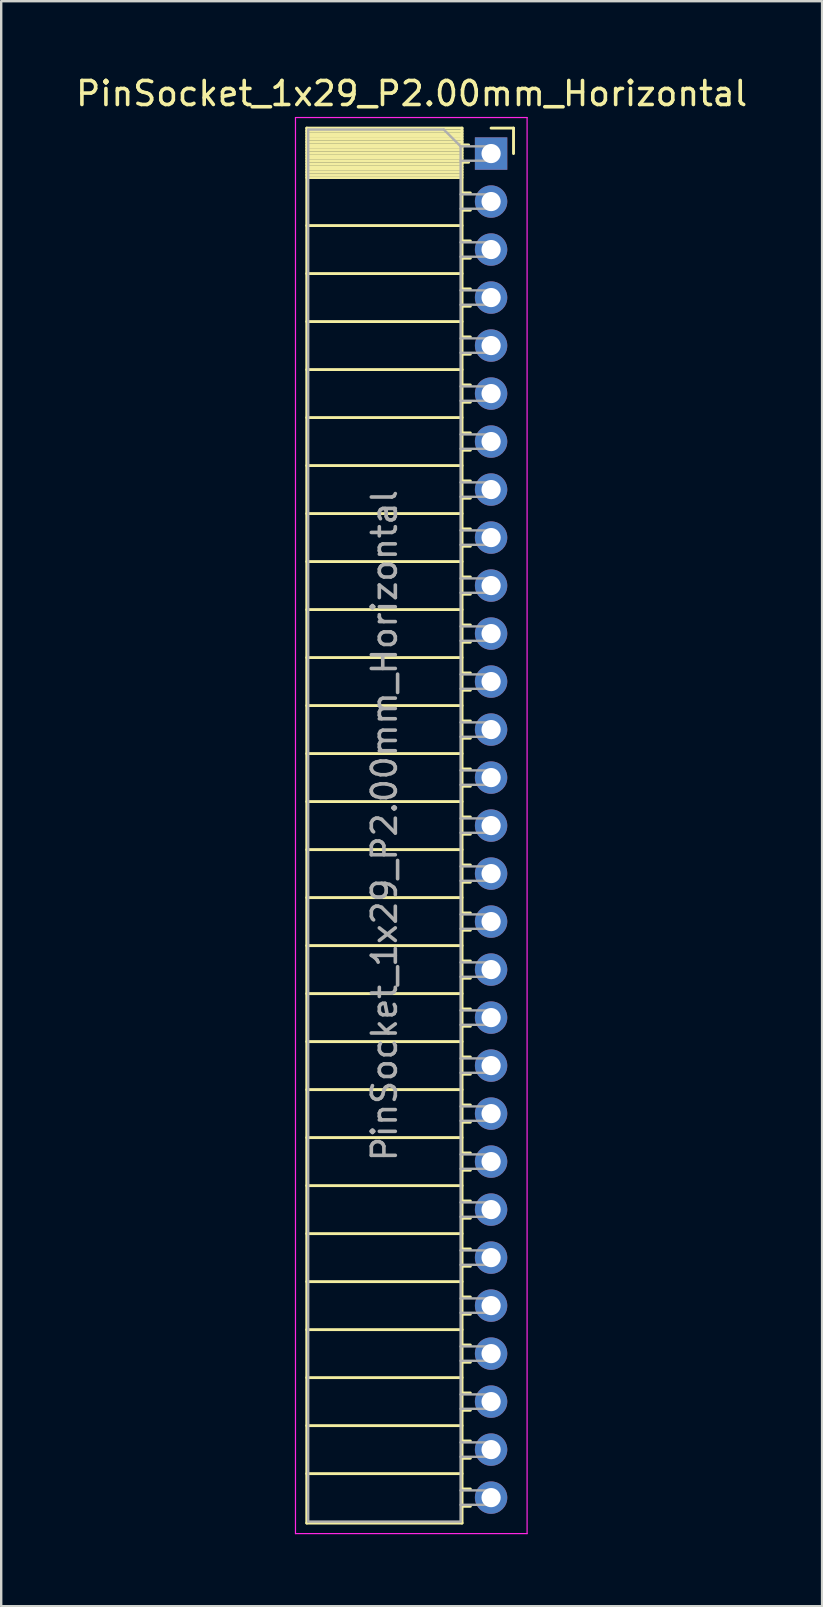
<source format=kicad_pcb>
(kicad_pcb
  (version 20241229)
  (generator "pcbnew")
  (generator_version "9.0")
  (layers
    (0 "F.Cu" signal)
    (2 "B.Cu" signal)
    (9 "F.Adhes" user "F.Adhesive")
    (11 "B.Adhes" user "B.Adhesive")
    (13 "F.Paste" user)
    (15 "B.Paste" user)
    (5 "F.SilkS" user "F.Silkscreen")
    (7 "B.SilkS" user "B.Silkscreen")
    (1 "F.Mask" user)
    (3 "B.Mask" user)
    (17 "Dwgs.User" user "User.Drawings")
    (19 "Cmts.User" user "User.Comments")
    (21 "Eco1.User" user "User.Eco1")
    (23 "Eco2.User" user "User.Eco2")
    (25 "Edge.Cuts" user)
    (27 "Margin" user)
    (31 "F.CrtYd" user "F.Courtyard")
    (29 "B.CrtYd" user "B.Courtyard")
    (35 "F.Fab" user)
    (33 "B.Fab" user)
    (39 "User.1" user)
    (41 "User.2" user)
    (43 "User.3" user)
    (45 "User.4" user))
  (footprint "PinSocket_1x29_P2.00mm_Horizontal"
    (layer "F.Cu")
    (at 17.411 3.348)
    (property "Reference" "PinSocket_1x29_P2.00mm_Horizontal" (at -3.31 -2.5 0) (layer "F.SilkS") (effects (font (size 1 1) (thickness 0.15))))
    (attr through_hole)
    (fp_line (start -7.68 -1.06) (end -7.68 57.06) (stroke (width 0.12) (type solid)) (layer "F.SilkS"))
    (fp_line (start -7.68 -1.06) (end -1.21 -1.06) (stroke (width 0.12) (type solid)) (layer "F.SilkS"))
    (fp_line (start -7.68 -0.94) (end -1.21 -0.94) (stroke (width 0.12) (type solid)) (layer "F.SilkS"))
    (fp_line (start -7.68 -0.826) (end -1.21 -0.826) (stroke (width 0.12) (type solid)) (layer "F.SilkS"))
    (fp_line (start -7.68 -0.712) (end -1.21 -0.712) (stroke (width 0.12) (type solid)) (layer "F.SilkS"))
    (fp_line (start -7.68 -0.598) (end -1.21 -0.598) (stroke (width 0.12) (type solid)) (layer "F.SilkS"))
    (fp_line (start -7.68 -0.484) (end -1.21 -0.484) (stroke (width 0.12) (type solid)) (layer "F.SilkS"))
    (fp_line (start -7.68 -0.369) (end -1.21 -0.369) (stroke (width 0.12) (type solid)) (layer "F.SilkS"))
    (fp_line (start -7.68 -0.255) (end -1.21 -0.255) (stroke (width 0.12) (type solid)) (layer "F.SilkS"))
    (fp_line (start -7.68 -0.141) (end -1.21 -0.141) (stroke (width 0.12) (type solid)) (layer "F.SilkS"))
    (fp_line (start -7.68 -0.027) (end -1.21 -0.027) (stroke (width 0.12) (type solid)) (layer "F.SilkS"))
    (fp_line (start -7.68 0.087) (end -1.21 0.087) (stroke (width 0.12) (type solid)) (layer "F.SilkS"))
    (fp_line (start -7.68 0.201) (end -1.21 0.201) (stroke (width 0.12) (type solid)) (layer "F.SilkS"))
    (fp_line (start -7.68 0.315) (end -1.21 0.315) (stroke (width 0.12) (type solid)) (layer "F.SilkS"))
    (fp_line (start -7.68 0.429) (end -1.21 0.429) (stroke (width 0.12) (type solid)) (layer "F.SilkS"))
    (fp_line (start -7.68 0.544) (end -1.21 0.544) (stroke (width 0.12) (type solid)) (layer "F.SilkS"))
    (fp_line (start -7.68 0.658) (end -1.21 0.658) (stroke (width 0.12) (type solid)) (layer "F.SilkS"))
    (fp_line (start -7.68 0.772) (end -1.21 0.772) (stroke (width 0.12) (type solid)) (layer "F.SilkS"))
    (fp_line (start -7.68 0.886) (end -1.21 0.886) (stroke (width 0.12) (type solid)) (layer "F.SilkS"))
    (fp_line (start -7.68 1) (end -1.21 1) (stroke (width 0.12) (type solid)) (layer "F.SilkS"))
    (fp_line (start -7.68 3) (end -1.21 3) (stroke (width 0.12) (type solid)) (layer "F.SilkS"))
    (fp_line (start -7.68 5) (end -1.21 5) (stroke (width 0.12) (type solid)) (layer "F.SilkS"))
    (fp_line (start -7.68 7) (end -1.21 7) (stroke (width 0.12) (type solid)) (layer "F.SilkS"))
    (fp_line (start -7.68 9) (end -1.21 9) (stroke (width 0.12) (type solid)) (layer "F.SilkS"))
    (fp_line (start -7.68 11) (end -1.21 11) (stroke (width 0.12) (type solid)) (layer "F.SilkS"))
    (fp_line (start -7.68 13) (end -1.21 13) (stroke (width 0.12) (type solid)) (layer "F.SilkS"))
    (fp_line (start -7.68 15) (end -1.21 15) (stroke (width 0.12) (type solid)) (layer "F.SilkS"))
    (fp_line (start -7.68 17) (end -1.21 17) (stroke (width 0.12) (type solid)) (layer "F.SilkS"))
    (fp_line (start -7.68 19) (end -1.21 19) (stroke (width 0.12) (type solid)) (layer "F.SilkS"))
    (fp_line (start -7.68 21) (end -1.21 21) (stroke (width 0.12) (type solid)) (layer "F.SilkS"))
    (fp_line (start -7.68 23) (end -1.21 23) (stroke (width 0.12) (type solid)) (layer "F.SilkS"))
    (fp_line (start -7.68 25) (end -1.21 25) (stroke (width 0.12) (type solid)) (layer "F.SilkS"))
    (fp_line (start -7.68 27) (end -1.21 27) (stroke (width 0.12) (type solid)) (layer "F.SilkS"))
    (fp_line (start -7.68 29) (end -1.21 29) (stroke (width 0.12) (type solid)) (layer "F.SilkS"))
    (fp_line (start -7.68 31) (end -1.21 31) (stroke (width 0.12) (type solid)) (layer "F.SilkS"))
    (fp_line (start -7.68 33) (end -1.21 33) (stroke (width 0.12) (type solid)) (layer "F.SilkS"))
    (fp_line (start -7.68 35) (end -1.21 35) (stroke (width 0.12) (type solid)) (layer "F.SilkS"))
    (fp_line (start -7.68 37) (end -1.21 37) (stroke (width 0.12) (type solid)) (layer "F.SilkS"))
    (fp_line (start -7.68 39) (end -1.21 39) (stroke (width 0.12) (type solid)) (layer "F.SilkS"))
    (fp_line (start -7.68 41) (end -1.21 41) (stroke (width 0.12) (type solid)) (layer "F.SilkS"))
    (fp_line (start -7.68 43) (end -1.21 43) (stroke (width 0.12) (type solid)) (layer "F.SilkS"))
    (fp_line (start -7.68 45) (end -1.21 45) (stroke (width 0.12) (type solid)) (layer "F.SilkS"))
    (fp_line (start -7.68 47) (end -1.21 47) (stroke (width 0.12) (type solid)) (layer "F.SilkS"))
    (fp_line (start -7.68 49) (end -1.21 49) (stroke (width 0.12) (type solid)) (layer "F.SilkS"))
    (fp_line (start -7.68 51) (end -1.21 51) (stroke (width 0.12) (type solid)) (layer "F.SilkS"))
    (fp_line (start -7.68 53) (end -1.21 53) (stroke (width 0.12) (type solid)) (layer "F.SilkS"))
    (fp_line (start -7.68 55) (end -1.21 55) (stroke (width 0.12) (type solid)) (layer "F.SilkS"))
    (fp_line (start -7.68 57.06) (end -1.21 57.06) (stroke (width 0.12) (type solid)) (layer "F.SilkS"))
    (fp_line (start -1.21 -1.06) (end -1.21 57.06) (stroke (width 0.12) (type solid)) (layer "F.SilkS"))
    (fp_line (start -1.21 -0.36) (end -0.935 -0.36) (stroke (width 0.12) (type solid)) (layer "F.SilkS"))
    (fp_line (start -1.21 0.36) (end -0.935 0.36) (stroke (width 0.12) (type solid)) (layer "F.SilkS"))
    (fp_line (start -1.21 1.64) (end -0.863 1.64) (stroke (width 0.12) (type solid)) (layer "F.SilkS"))
    (fp_line (start -1.21 2.36) (end -0.863 2.36) (stroke (width 0.12) (type solid)) (layer "F.SilkS"))
    (fp_line (start -1.21 3.64) (end -0.863 3.64) (stroke (width 0.12) (type solid)) (layer "F.SilkS"))
    (fp_line (start -1.21 4.36) (end -0.863 4.36) (stroke (width 0.12) (type solid)) (layer "F.SilkS"))
    (fp_line (start -1.21 5.64) (end -0.863 5.64) (stroke (width 0.12) (type solid)) (layer "F.SilkS"))
    (fp_line (start -1.21 6.36) (end -0.863 6.36) (stroke (width 0.12) (type solid)) (layer "F.SilkS"))
    (fp_line (start -1.21 7.64) (end -0.863 7.64) (stroke (width 0.12) (type solid)) (layer "F.SilkS"))
    (fp_line (start -1.21 8.36) (end -0.863 8.36) (stroke (width 0.12) (type solid)) (layer "F.SilkS"))
    (fp_line (start -1.21 9.64) (end -0.863 9.64) (stroke (width 0.12) (type solid)) (layer "F.SilkS"))
    (fp_line (start -1.21 10.36) (end -0.863 10.36) (stroke (width 0.12) (type solid)) (layer "F.SilkS"))
    (fp_line (start -1.21 11.64) (end -0.863 11.64) (stroke (width 0.12) (type solid)) (layer "F.SilkS"))
    (fp_line (start -1.21 12.36) (end -0.863 12.36) (stroke (width 0.12) (type solid)) (layer "F.SilkS"))
    (fp_line (start -1.21 13.64) (end -0.863 13.64) (stroke (width 0.12) (type solid)) (layer "F.SilkS"))
    (fp_line (start -1.21 14.36) (end -0.863 14.36) (stroke (width 0.12) (type solid)) (layer "F.SilkS"))
    (fp_line (start -1.21 15.64) (end -0.863 15.64) (stroke (width 0.12) (type solid)) (layer "F.SilkS"))
    (fp_line (start -1.21 16.36) (end -0.863 16.36) (stroke (width 0.12) (type solid)) (layer "F.SilkS"))
    (fp_line (start -1.21 17.64) (end -0.863 17.64) (stroke (width 0.12) (type solid)) (layer "F.SilkS"))
    (fp_line (start -1.21 18.36) (end -0.863 18.36) (stroke (width 0.12) (type solid)) (layer "F.SilkS"))
    (fp_line (start -1.21 19.64) (end -0.863 19.64) (stroke (width 0.12) (type solid)) (layer "F.SilkS"))
    (fp_line (start -1.21 20.36) (end -0.863 20.36) (stroke (width 0.12) (type solid)) (layer "F.SilkS"))
    (fp_line (start -1.21 21.64) (end -0.863 21.64) (stroke (width 0.12) (type solid)) (layer "F.SilkS"))
    (fp_line (start -1.21 22.36) (end -0.863 22.36) (stroke (width 0.12) (type solid)) (layer "F.SilkS"))
    (fp_line (start -1.21 23.64) (end -0.863 23.64) (stroke (width 0.12) (type solid)) (layer "F.SilkS"))
    (fp_line (start -1.21 24.36) (end -0.863 24.36) (stroke (width 0.12) (type solid)) (layer "F.SilkS"))
    (fp_line (start -1.21 25.64) (end -0.863 25.64) (stroke (width 0.12) (type solid)) (layer "F.SilkS"))
    (fp_line (start -1.21 26.36) (end -0.863 26.36) (stroke (width 0.12) (type solid)) (layer "F.SilkS"))
    (fp_line (start -1.21 27.64) (end -0.863 27.64) (stroke (width 0.12) (type solid)) (layer "F.SilkS"))
    (fp_line (start -1.21 28.36) (end -0.863 28.36) (stroke (width 0.12) (type solid)) (layer "F.SilkS"))
    (fp_line (start -1.21 29.64) (end -0.863 29.64) (stroke (width 0.12) (type solid)) (layer "F.SilkS"))
    (fp_line (start -1.21 30.36) (end -0.863 30.36) (stroke (width 0.12) (type solid)) (layer "F.SilkS"))
    (fp_line (start -1.21 31.64) (end -0.863 31.64) (stroke (width 0.12) (type solid)) (layer "F.SilkS"))
    (fp_line (start -1.21 32.36) (end -0.863 32.36) (stroke (width 0.12) (type solid)) (layer "F.SilkS"))
    (fp_line (start -1.21 33.64) (end -0.863 33.64) (stroke (width 0.12) (type solid)) (layer "F.SilkS"))
    (fp_line (start -1.21 34.36) (end -0.863 34.36) (stroke (width 0.12) (type solid)) (layer "F.SilkS"))
    (fp_line (start -1.21 35.64) (end -0.863 35.64) (stroke (width 0.12) (type solid)) (layer "F.SilkS"))
    (fp_line (start -1.21 36.36) (end -0.863 36.36) (stroke (width 0.12) (type solid)) (layer "F.SilkS"))
    (fp_line (start -1.21 37.64) (end -0.863 37.64) (stroke (width 0.12) (type solid)) (layer "F.SilkS"))
    (fp_line (start -1.21 38.36) (end -0.863 38.36) (stroke (width 0.12) (type solid)) (layer "F.SilkS"))
    (fp_line (start -1.21 39.64) (end -0.863 39.64) (stroke (width 0.12) (type solid)) (layer "F.SilkS"))
    (fp_line (start -1.21 40.36) (end -0.863 40.36) (stroke (width 0.12) (type solid)) (layer "F.SilkS"))
    (fp_line (start -1.21 41.64) (end -0.863 41.64) (stroke (width 0.12) (type solid)) (layer "F.SilkS"))
    (fp_line (start -1.21 42.36) (end -0.863 42.36) (stroke (width 0.12) (type solid)) (layer "F.SilkS"))
    (fp_line (start -1.21 43.64) (end -0.863 43.64) (stroke (width 0.12) (type solid)) (layer "F.SilkS"))
    (fp_line (start -1.21 44.36) (end -0.863 44.36) (stroke (width 0.12) (type solid)) (layer "F.SilkS"))
    (fp_line (start -1.21 45.64) (end -0.863 45.64) (stroke (width 0.12) (type solid)) (layer "F.SilkS"))
    (fp_line (start -1.21 46.36) (end -0.863 46.36) (stroke (width 0.12) (type solid)) (layer "F.SilkS"))
    (fp_line (start -1.21 47.64) (end -0.863 47.64) (stroke (width 0.12) (type solid)) (layer "F.SilkS"))
    (fp_line (start -1.21 48.36) (end -0.863 48.36) (stroke (width 0.12) (type solid)) (layer "F.SilkS"))
    (fp_line (start -1.21 49.64) (end -0.863 49.64) (stroke (width 0.12) (type solid)) (layer "F.SilkS"))
    (fp_line (start -1.21 50.36) (end -0.863 50.36) (stroke (width 0.12) (type solid)) (layer "F.SilkS"))
    (fp_line (start -1.21 51.64) (end -0.863 51.64) (stroke (width 0.12) (type solid)) (layer "F.SilkS"))
    (fp_line (start -1.21 52.36) (end -0.863 52.36) (stroke (width 0.12) (type solid)) (layer "F.SilkS"))
    (fp_line (start -1.21 53.64) (end -0.863 53.64) (stroke (width 0.12) (type solid)) (layer "F.SilkS"))
    (fp_line (start -1.21 54.36) (end -0.863 54.36) (stroke (width 0.12) (type solid)) (layer "F.SilkS"))
    (fp_line (start -1.21 55.64) (end -0.863 55.64) (stroke (width 0.12) (type solid)) (layer "F.SilkS"))
    (fp_line (start -1.21 56.36) (end -0.863 56.36) (stroke (width 0.12) (type solid)) (layer "F.SilkS"))
    (fp_line (start 0 -1.06) (end 0.935 -1.06) (stroke (width 0.12) (type solid)) (layer "F.SilkS"))
    (fp_line (start 0.935 -1.06) (end 0.935 0) (stroke (width 0.12) (type solid)) (layer "F.SilkS"))
    (fp_line (start -8.15 -1.5) (end -8.15 57.5) (stroke (width 0.05) (type solid)) (layer "F.CrtYd"))
    (fp_line (start -8.15 57.5) (end 1.5 57.5) (stroke (width 0.05) (type solid)) (layer "F.CrtYd"))
    (fp_line (start 1.5 -1.5) (end -8.15 -1.5) (stroke (width 0.05) (type solid)) (layer "F.CrtYd"))
    (fp_line (start 1.5 57.5) (end 1.5 -1.5) (stroke (width 0.05) (type solid)) (layer "F.CrtYd"))
    (fp_line (start -7.62 -1) (end -1.97 -1) (stroke (width 0.1) (type solid)) (layer "F.Fab"))
    (fp_line (start -7.62 57) (end -7.62 -1) (stroke (width 0.1) (type solid)) (layer "F.Fab"))
    (fp_line (start -1.97 -1) (end -1.27 -0.3) (stroke (width 0.1) (type solid)) (layer "F.Fab"))
    (fp_line (start -1.27 -0.3) (end -1.27 57) (stroke (width 0.1) (type solid)) (layer "F.Fab"))
    (fp_line (start -1.27 0.3) (end 0 0.3) (stroke (width 0.1) (type solid)) (layer "F.Fab"))
    (fp_line (start -1.27 2.3) (end 0 2.3) (stroke (width 0.1) (type solid)) (layer "F.Fab"))
    (fp_line (start -1.27 4.3) (end 0 4.3) (stroke (width 0.1) (type solid)) (layer "F.Fab"))
    (fp_line (start -1.27 6.3) (end 0 6.3) (stroke (width 0.1) (type solid)) (layer "F.Fab"))
    (fp_line (start -1.27 8.3) (end 0 8.3) (stroke (width 0.1) (type solid)) (layer "F.Fab"))
    (fp_line (start -1.27 10.3) (end 0 10.3) (stroke (width 0.1) (type solid)) (layer "F.Fab"))
    (fp_line (start -1.27 12.3) (end 0 12.3) (stroke (width 0.1) (type solid)) (layer "F.Fab"))
    (fp_line (start -1.27 14.3) (end 0 14.3) (stroke (width 0.1) (type solid)) (layer "F.Fab"))
    (fp_line (start -1.27 16.3) (end 0 16.3) (stroke (width 0.1) (type solid)) (layer "F.Fab"))
    (fp_line (start -1.27 18.3) (end 0 18.3) (stroke (width 0.1) (type solid)) (layer "F.Fab"))
    (fp_line (start -1.27 20.3) (end 0 20.3) (stroke (width 0.1) (type solid)) (layer "F.Fab"))
    (fp_line (start -1.27 22.3) (end 0 22.3) (stroke (width 0.1) (type solid)) (layer "F.Fab"))
    (fp_line (start -1.27 24.3) (end 0 24.3) (stroke (width 0.1) (type solid)) (layer "F.Fab"))
    (fp_line (start -1.27 26.3) (end 0 26.3) (stroke (width 0.1) (type solid)) (layer "F.Fab"))
    (fp_line (start -1.27 28.3) (end 0 28.3) (stroke (width 0.1) (type solid)) (layer "F.Fab"))
    (fp_line (start -1.27 30.3) (end 0 30.3) (stroke (width 0.1) (type solid)) (layer "F.Fab"))
    (fp_line (start -1.27 32.3) (end 0 32.3) (stroke (width 0.1) (type solid)) (layer "F.Fab"))
    (fp_line (start -1.27 34.3) (end 0 34.3) (stroke (width 0.1) (type solid)) (layer "F.Fab"))
    (fp_line (start -1.27 36.3) (end 0 36.3) (stroke (width 0.1) (type solid)) (layer "F.Fab"))
    (fp_line (start -1.27 38.3) (end 0 38.3) (stroke (width 0.1) (type solid)) (layer "F.Fab"))
    (fp_line (start -1.27 40.3) (end 0 40.3) (stroke (width 0.1) (type solid)) (layer "F.Fab"))
    (fp_line (start -1.27 42.3) (end 0 42.3) (stroke (width 0.1) (type solid)) (layer "F.Fab"))
    (fp_line (start -1.27 44.3) (end 0 44.3) (stroke (width 0.1) (type solid)) (layer "F.Fab"))
    (fp_line (start -1.27 46.3) (end 0 46.3) (stroke (width 0.1) (type solid)) (layer "F.Fab"))
    (fp_line (start -1.27 48.3) (end 0 48.3) (stroke (width 0.1) (type solid)) (layer "F.Fab"))
    (fp_line (start -1.27 50.3) (end 0 50.3) (stroke (width 0.1) (type solid)) (layer "F.Fab"))
    (fp_line (start -1.27 52.3) (end 0 52.3) (stroke (width 0.1) (type solid)) (layer "F.Fab"))
    (fp_line (start -1.27 54.3) (end 0 54.3) (stroke (width 0.1) (type solid)) (layer "F.Fab"))
    (fp_line (start -1.27 56.3) (end 0 56.3) (stroke (width 0.1) (type solid)) (layer "F.Fab"))
    (fp_line (start -1.27 57) (end -7.62 57) (stroke (width 0.1) (type solid)) (layer "F.Fab"))
    (fp_line (start 0 -0.3) (end -1.27 -0.3) (stroke (width 0.1) (type solid)) (layer "F.Fab"))
    (fp_line (start 0 0.3) (end 0 -0.3) (stroke (width 0.1) (type solid)) (layer "F.Fab"))
    (fp_line (start 0 1.7) (end -1.27 1.7) (stroke (width 0.1) (type solid)) (layer "F.Fab"))
    (fp_line (start 0 2.3) (end 0 1.7) (stroke (width 0.1) (type solid)) (layer "F.Fab"))
    (fp_line (start 0 3.7) (end -1.27 3.7) (stroke (width 0.1) (type solid)) (layer "F.Fab"))
    (fp_line (start 0 4.3) (end 0 3.7) (stroke (width 0.1) (type solid)) (layer "F.Fab"))
    (fp_line (start 0 5.7) (end -1.27 5.7) (stroke (width 0.1) (type solid)) (layer "F.Fab"))
    (fp_line (start 0 6.3) (end 0 5.7) (stroke (width 0.1) (type solid)) (layer "F.Fab"))
    (fp_line (start 0 7.7) (end -1.27 7.7) (stroke (width 0.1) (type solid)) (layer "F.Fab"))
    (fp_line (start 0 8.3) (end 0 7.7) (stroke (width 0.1) (type solid)) (layer "F.Fab"))
    (fp_line (start 0 9.7) (end -1.27 9.7) (stroke (width 0.1) (type solid)) (layer "F.Fab"))
    (fp_line (start 0 10.3) (end 0 9.7) (stroke (width 0.1) (type solid)) (layer "F.Fab"))
    (fp_line (start 0 11.7) (end -1.27 11.7) (stroke (width 0.1) (type solid)) (layer "F.Fab"))
    (fp_line (start 0 12.3) (end 0 11.7) (stroke (width 0.1) (type solid)) (layer "F.Fab"))
    (fp_line (start 0 13.7) (end -1.27 13.7) (stroke (width 0.1) (type solid)) (layer "F.Fab"))
    (fp_line (start 0 14.3) (end 0 13.7) (stroke (width 0.1) (type solid)) (layer "F.Fab"))
    (fp_line (start 0 15.7) (end -1.27 15.7) (stroke (width 0.1) (type solid)) (layer "F.Fab"))
    (fp_line (start 0 16.3) (end 0 15.7) (stroke (width 0.1) (type solid)) (layer "F.Fab"))
    (fp_line (start 0 17.7) (end -1.27 17.7) (stroke (width 0.1) (type solid)) (layer "F.Fab"))
    (fp_line (start 0 18.3) (end 0 17.7) (stroke (width 0.1) (type solid)) (layer "F.Fab"))
    (fp_line (start 0 19.7) (end -1.27 19.7) (stroke (width 0.1) (type solid)) (layer "F.Fab"))
    (fp_line (start 0 20.3) (end 0 19.7) (stroke (width 0.1) (type solid)) (layer "F.Fab"))
    (fp_line (start 0 21.7) (end -1.27 21.7) (stroke (width 0.1) (type solid)) (layer "F.Fab"))
    (fp_line (start 0 22.3) (end 0 21.7) (stroke (width 0.1) (type solid)) (layer "F.Fab"))
    (fp_line (start 0 23.7) (end -1.27 23.7) (stroke (width 0.1) (type solid)) (layer "F.Fab"))
    (fp_line (start 0 24.3) (end 0 23.7) (stroke (width 0.1) (type solid)) (layer "F.Fab"))
    (fp_line (start 0 25.7) (end -1.27 25.7) (stroke (width 0.1) (type solid)) (layer "F.Fab"))
    (fp_line (start 0 26.3) (end 0 25.7) (stroke (width 0.1) (type solid)) (layer "F.Fab"))
    (fp_line (start 0 27.7) (end -1.27 27.7) (stroke (width 0.1) (type solid)) (layer "F.Fab"))
    (fp_line (start 0 28.3) (end 0 27.7) (stroke (width 0.1) (type solid)) (layer "F.Fab"))
    (fp_line (start 0 29.7) (end -1.27 29.7) (stroke (width 0.1) (type solid)) (layer "F.Fab"))
    (fp_line (start 0 30.3) (end 0 29.7) (stroke (width 0.1) (type solid)) (layer "F.Fab"))
    (fp_line (start 0 31.7) (end -1.27 31.7) (stroke (width 0.1) (type solid)) (layer "F.Fab"))
    (fp_line (start 0 32.3) (end 0 31.7) (stroke (width 0.1) (type solid)) (layer "F.Fab"))
    (fp_line (start 0 33.7) (end -1.27 33.7) (stroke (width 0.1) (type solid)) (layer "F.Fab"))
    (fp_line (start 0 34.3) (end 0 33.7) (stroke (width 0.1) (type solid)) (layer "F.Fab"))
    (fp_line (start 0 35.7) (end -1.27 35.7) (stroke (width 0.1) (type solid)) (layer "F.Fab"))
    (fp_line (start 0 36.3) (end 0 35.7) (stroke (width 0.1) (type solid)) (layer "F.Fab"))
    (fp_line (start 0 37.7) (end -1.27 37.7) (stroke (width 0.1) (type solid)) (layer "F.Fab"))
    (fp_line (start 0 38.3) (end 0 37.7) (stroke (width 0.1) (type solid)) (layer "F.Fab"))
    (fp_line (start 0 39.7) (end -1.27 39.7) (stroke (width 0.1) (type solid)) (layer "F.Fab"))
    (fp_line (start 0 40.3) (end 0 39.7) (stroke (width 0.1) (type solid)) (layer "F.Fab"))
    (fp_line (start 0 41.7) (end -1.27 41.7) (stroke (width 0.1) (type solid)) (layer "F.Fab"))
    (fp_line (start 0 42.3) (end 0 41.7) (stroke (width 0.1) (type solid)) (layer "F.Fab"))
    (fp_line (start 0 43.7) (end -1.27 43.7) (stroke (width 0.1) (type solid)) (layer "F.Fab"))
    (fp_line (start 0 44.3) (end 0 43.7) (stroke (width 0.1) (type solid)) (layer "F.Fab"))
    (fp_line (start 0 45.7) (end -1.27 45.7) (stroke (width 0.1) (type solid)) (layer "F.Fab"))
    (fp_line (start 0 46.3) (end 0 45.7) (stroke (width 0.1) (type solid)) (layer "F.Fab"))
    (fp_line (start 0 47.7) (end -1.27 47.7) (stroke (width 0.1) (type solid)) (layer "F.Fab"))
    (fp_line (start 0 48.3) (end 0 47.7) (stroke (width 0.1) (type solid)) (layer "F.Fab"))
    (fp_line (start 0 49.7) (end -1.27 49.7) (stroke (width 0.1) (type solid)) (layer "F.Fab"))
    (fp_line (start 0 50.3) (end 0 49.7) (stroke (width 0.1) (type solid)) (layer "F.Fab"))
    (fp_line (start 0 51.7) (end -1.27 51.7) (stroke (width 0.1) (type solid)) (layer "F.Fab"))
    (fp_line (start 0 52.3) (end 0 51.7) (stroke (width 0.1) (type solid)) (layer "F.Fab"))
    (fp_line (start 0 53.7) (end -1.27 53.7) (stroke (width 0.1) (type solid)) (layer "F.Fab"))
    (fp_line (start 0 54.3) (end 0 53.7) (stroke (width 0.1) (type solid)) (layer "F.Fab"))
    (fp_line (start 0 55.7) (end -1.27 55.7) (stroke (width 0.1) (type solid)) (layer "F.Fab"))
    (fp_line (start 0 56.3) (end 0 55.7) (stroke (width 0.1) (type solid)) (layer "F.Fab"))
    (fp_text user "${REFERENCE}" (at -4.445 28 90) (layer "F.Fab") (effects (font (size 1 1) (thickness 0.15))))
    (pad "1" thru_hole rect (at 0 0) (size 1.35 1.35) (drill 0.8) (layers "*.Cu" "*.Mask"))
    (pad "2" thru_hole circle (at 0 2) (size 1.35 1.35) (drill 0.8) (layers "*.Cu" "*.Mask"))
    (pad "3" thru_hole circle (at 0 4) (size 1.35 1.35) (drill 0.8) (layers "*.Cu" "*.Mask"))
    (pad "4" thru_hole circle (at 0 6) (size 1.35 1.35) (drill 0.8) (layers "*.Cu" "*.Mask"))
    (pad "5" thru_hole circle (at 0 8) (size 1.35 1.35) (drill 0.8) (layers "*.Cu" "*.Mask"))
    (pad "6" thru_hole circle (at 0 10) (size 1.35 1.35) (drill 0.8) (layers "*.Cu" "*.Mask"))
    (pad "7" thru_hole circle (at 0 12) (size 1.35 1.35) (drill 0.8) (layers "*.Cu" "*.Mask"))
    (pad "8" thru_hole circle (at 0 14) (size 1.35 1.35) (drill 0.8) (layers "*.Cu" "*.Mask"))
    (pad "9" thru_hole circle (at 0 16) (size 1.35 1.35) (drill 0.8) (layers "*.Cu" "*.Mask"))
    (pad "10" thru_hole circle (at 0 18) (size 1.35 1.35) (drill 0.8) (layers "*.Cu" "*.Mask"))
    (pad "11" thru_hole circle (at 0 20) (size 1.35 1.35) (drill 0.8) (layers "*.Cu" "*.Mask"))
    (pad "12" thru_hole circle (at 0 22) (size 1.35 1.35) (drill 0.8) (layers "*.Cu" "*.Mask"))
    (pad "13" thru_hole circle (at 0 24) (size 1.35 1.35) (drill 0.8) (layers "*.Cu" "*.Mask"))
    (pad "14" thru_hole circle (at 0 26) (size 1.35 1.35) (drill 0.8) (layers "*.Cu" "*.Mask"))
    (pad "15" thru_hole circle (at 0 28) (size 1.35 1.35) (drill 0.8) (layers "*.Cu" "*.Mask"))
    (pad "16" thru_hole circle (at 0 30) (size 1.35 1.35) (drill 0.8) (layers "*.Cu" "*.Mask"))
    (pad "17" thru_hole circle (at 0 32) (size 1.35 1.35) (drill 0.8) (layers "*.Cu" "*.Mask"))
    (pad "18" thru_hole circle (at 0 34) (size 1.35 1.35) (drill 0.8) (layers "*.Cu" "*.Mask"))
    (pad "19" thru_hole circle (at 0 36) (size 1.35 1.35) (drill 0.8) (layers "*.Cu" "*.Mask"))
    (pad "20" thru_hole circle (at 0 38) (size 1.35 1.35) (drill 0.8) (layers "*.Cu" "*.Mask"))
    (pad "21" thru_hole circle (at 0 40) (size 1.35 1.35) (drill 0.8) (layers "*.Cu" "*.Mask"))
    (pad "22" thru_hole circle (at 0 42) (size 1.35 1.35) (drill 0.8) (layers "*.Cu" "*.Mask"))
    (pad "23" thru_hole circle (at 0 44) (size 1.35 1.35) (drill 0.8) (layers "*.Cu" "*.Mask"))
    (pad "24" thru_hole circle (at 0 46) (size 1.35 1.35) (drill 0.8) (layers "*.Cu" "*.Mask"))
    (pad "25" thru_hole circle (at 0 48) (size 1.35 1.35) (drill 0.8) (layers "*.Cu" "*.Mask"))
    (pad "26" thru_hole circle (at 0 50) (size 1.35 1.35) (drill 0.8) (layers "*.Cu" "*.Mask"))
    (pad "27" thru_hole circle (at 0 52) (size 1.35 1.35) (drill 0.8) (layers "*.Cu" "*.Mask"))
    (pad "28" thru_hole circle (at 0 54) (size 1.35 1.35) (drill 0.8) (layers "*.Cu" "*.Mask"))
    (pad "29" thru_hole circle (at 0 56) (size 1.35 1.35) (drill 0.8) (layers "*.Cu" "*.Mask")))
  (gr_rect
    (start -3 -3)
    (end 31.202 63.873)
    (stroke (width 0.1) (type default))
    (fill no)
    (layer "Edge.Cuts")))
</source>
